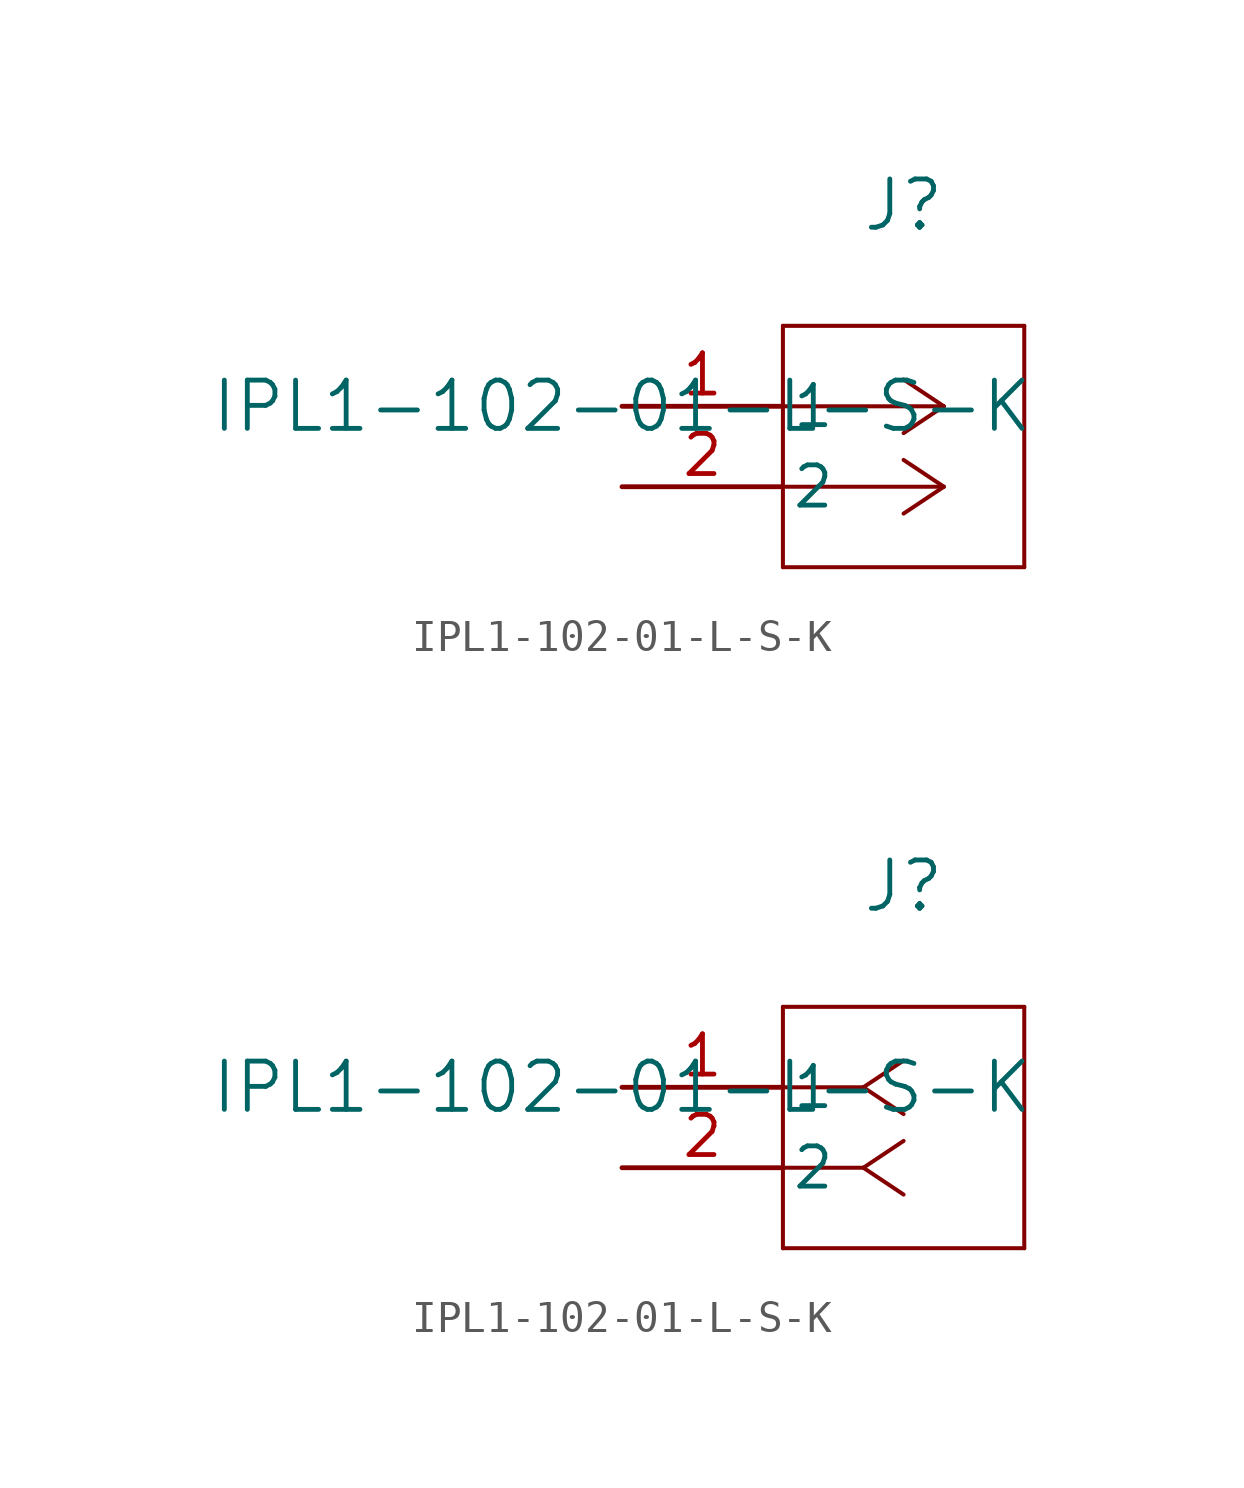
<source format=kicad_sym>
(kicad_symbol_lib
  (version 20211014)
  (generator kicad_symbol_editor)
  (symbol "IPL1-102-01-L-S-K"
    (pin_names
      (offset 0.254))
    (property "Reference" "J"
      (at 8.89 6.35 0)
      (effects (font (size 1.524 1.524))))
    (property "Value" "IPL1-102-01-L-S-K"
      (at 0 0 0)
      (effects (font (size 1.524 1.524))))
    (symbol "IPL1-102-01-L-S-K_1_1"
      (polyline (pts (xy 10.16 0) (xy 5.08 0)) (stroke (width 0.127) (type default) (color 0 0 0 0)) (fill (type none)))
      (polyline (pts (xy 10.16 -2.54) (xy 5.08 -2.54)) (stroke (width 0.127) (type default) (color 0 0 0 0)) (fill (type none)))
      (polyline (pts (xy 10.16 0) (xy 8.89 0.847)) (stroke (width 0.127) (type default) (color 0 0 0 0)) (fill (type none)))
      (polyline (pts (xy 10.16 -2.54) (xy 8.89 -1.693)) (stroke (width 0.127) (type default) (color 0 0 0 0)) (fill (type none)))
      (polyline (pts (xy 10.16 0) (xy 8.89 -0.847)) (stroke (width 0.127) (type default) (color 0 0 0 0)) (fill (type none)))
      (polyline (pts (xy 10.16 -2.54) (xy 8.89 -3.387)) (stroke (width 0.127) (type default) (color 0 0 0 0)) (fill (type none)))
      (polyline (pts (xy 5.08 2.54) (xy 5.08 -5.08)) (stroke (width 0.127) (type default) (color 0 0 0 0)) (fill (type none)))
      (polyline (pts (xy 5.08 -5.08) (xy 12.7 -5.08)) (stroke (width 0.127) (type default) (color 0 0 0 0)) (fill (type none)))
      (polyline (pts (xy 12.7 -5.08) (xy 12.7 2.54)) (stroke (width 0.127) (type default) (color 0 0 0 0)) (fill (type none)))
      (polyline (pts (xy 12.7 2.54) (xy 5.08 2.54)) (stroke (width 0.127) (type default) (color 0 0 0 0)) (fill (type none)))
      (pin unspecified line (at 0 0 0) (length 5.08) (name "1" (effects (font (size 1.27 1.27)))) (number "1" (effects (font (size 1.27 1.27)))))
      (pin unspecified line (at 0 -2.54 0) (length 5.08) (name "2" (effects (font (size 1.27 1.27)))) (number "2" (effects (font (size 1.27 1.27))))))
    (symbol "IPL1-102-01-L-S-K_1_2"
      (polyline (pts (xy 7.62 0) (xy 5.08 0)) (stroke (width 0.127) (type default) (color 0 0 0 0)) (fill (type none)))
      (polyline (pts (xy 7.62 -2.54) (xy 5.08 -2.54)) (stroke (width 0.127) (type default) (color 0 0 0 0)) (fill (type none)))
      (polyline (pts (xy 7.62 0) (xy 8.89 0.847)) (stroke (width 0.127) (type default) (color 0 0 0 0)) (fill (type none)))
      (polyline (pts (xy 7.62 -2.54) (xy 8.89 -1.693)) (stroke (width 0.127) (type default) (color 0 0 0 0)) (fill (type none)))
      (polyline (pts (xy 7.62 0) (xy 8.89 -0.847)) (stroke (width 0.127) (type default) (color 0 0 0 0)) (fill (type none)))
      (polyline (pts (xy 7.62 -2.54) (xy 8.89 -3.387)) (stroke (width 0.127) (type default) (color 0 0 0 0)) (fill (type none)))
      (polyline (pts (xy 5.08 2.54) (xy 5.08 -5.08)) (stroke (width 0.127) (type default) (color 0 0 0 0)) (fill (type none)))
      (polyline (pts (xy 5.08 -5.08) (xy 12.7 -5.08)) (stroke (width 0.127) (type default) (color 0 0 0 0)) (fill (type none)))
      (polyline (pts (xy 12.7 -5.08) (xy 12.7 2.54)) (stroke (width 0.127) (type default) (color 0 0 0 0)) (fill (type none)))
      (polyline (pts (xy 12.7 2.54) (xy 5.08 2.54)) (stroke (width 0.127) (type default) (color 0 0 0 0)) (fill (type none)))
      (pin unspecified line (at 0 0 0) (length 5.08) (name "1" (effects (font (size 1.27 1.27)))) (number "1" (effects (font (size 1.27 1.27)))))
      (pin unspecified line (at 0 -2.54 0) (length 5.08) (name "2" (effects (font (size 1.27 1.27)))) (number "2" (effects (font (size 1.27 1.27))))))))
</source>
